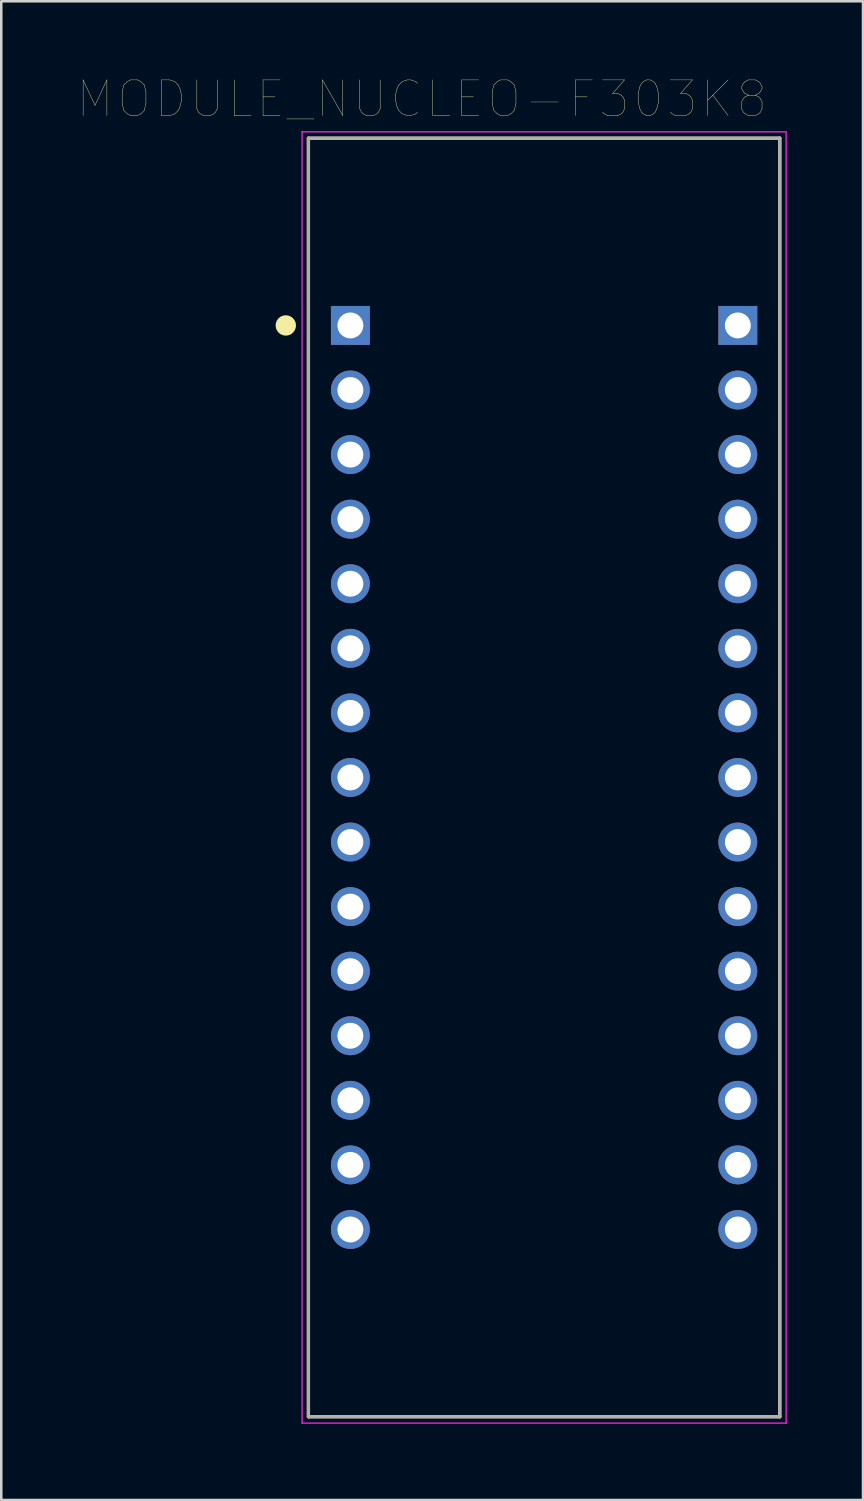
<source format=kicad_pcb>
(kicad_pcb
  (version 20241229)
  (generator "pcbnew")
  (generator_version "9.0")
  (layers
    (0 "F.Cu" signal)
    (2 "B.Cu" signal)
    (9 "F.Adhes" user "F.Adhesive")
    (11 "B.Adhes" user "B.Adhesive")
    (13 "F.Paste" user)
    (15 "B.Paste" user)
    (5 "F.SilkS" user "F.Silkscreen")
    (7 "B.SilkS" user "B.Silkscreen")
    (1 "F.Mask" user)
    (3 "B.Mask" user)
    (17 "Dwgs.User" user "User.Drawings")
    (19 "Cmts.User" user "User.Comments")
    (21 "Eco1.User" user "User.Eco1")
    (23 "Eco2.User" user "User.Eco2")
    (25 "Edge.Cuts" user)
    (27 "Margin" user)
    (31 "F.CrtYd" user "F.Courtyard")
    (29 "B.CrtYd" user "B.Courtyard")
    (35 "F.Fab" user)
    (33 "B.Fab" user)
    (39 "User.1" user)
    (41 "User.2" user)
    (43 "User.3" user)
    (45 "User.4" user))
  (footprint "MODULE_NUCLEO-F303K8"
    (layer "F.Cu")
    (at 18.352 27.531)
    (property "Reference" "MODULE_NUCLEO-F303K8" (at -4.813 -26.684 0) (layer "F.SilkS") (effects (font (size 1.402 1.402) (thickness 0.015))))
    (attr through_hole)
    (fp_line (start -9.27 -25.145) (end 9.27 -25.145) (stroke (width 0.127) (type solid)) (layer "F.SilkS"))
    (fp_line (start -9.27 25.145) (end -9.27 -25.145) (stroke (width 0.127) (type solid)) (layer "F.SilkS"))
    (fp_line (start 9.27 -25.145) (end 9.27 25.145) (stroke (width 0.127) (type solid)) (layer "F.SilkS"))
    (fp_line (start 9.27 25.145) (end -9.27 25.145) (stroke (width 0.127) (type solid)) (layer "F.SilkS"))
    (fp_circle (center -10.16 -17.78) (end -9.96 -17.78) (stroke (width 0.4) (type solid)) (fill no) (layer "F.SilkS"))
    (fp_line (start -9.52 -25.395) (end 9.52 -25.395) (stroke (width 0.05) (type solid)) (layer "F.CrtYd"))
    (fp_line (start -9.52 25.395) (end -9.52 -25.395) (stroke (width 0.05) (type solid)) (layer "F.CrtYd"))
    (fp_line (start 9.52 -25.395) (end 9.52 25.395) (stroke (width 0.05) (type solid)) (layer "F.CrtYd"))
    (fp_line (start 9.52 25.395) (end -9.52 25.395) (stroke (width 0.05) (type solid)) (layer "F.CrtYd"))
    (fp_line (start -9.27 -25.145) (end 9.27 -25.145) (stroke (width 0.127) (type solid)) (layer "F.Fab"))
    (fp_line (start -9.27 25.145) (end -9.27 -25.145) (stroke (width 0.127) (type solid)) (layer "F.Fab"))
    (fp_line (start 9.27 -25.145) (end 9.27 25.145) (stroke (width 0.127) (type solid)) (layer "F.Fab"))
    (fp_line (start 9.27 25.145) (end -9.27 25.145) (stroke (width 0.127) (type solid)) (layer "F.Fab"))
    (pad "1.1" thru_hole rect (at -7.62 -17.78) (size 1.53 1.53) (drill 1.02) (layers "*.Cu" "*.Mask"))
    (pad "1.2" thru_hole circle (at -7.62 -15.24) (size 1.53 1.53) (drill 1.02) (layers "*.Cu" "*.Mask"))
    (pad "1.3" thru_hole circle (at -7.62 -12.7) (size 1.53 1.53) (drill 1.02) (layers "*.Cu" "*.Mask"))
    (pad "1.4" thru_hole circle (at -7.62 -10.16) (size 1.53 1.53) (drill 1.02) (layers "*.Cu" "*.Mask"))
    (pad "1.5" thru_hole circle (at -7.62 -7.62) (size 1.53 1.53) (drill 1.02) (layers "*.Cu" "*.Mask"))
    (pad "1.6" thru_hole circle (at -7.62 -5.08) (size 1.53 1.53) (drill 1.02) (layers "*.Cu" "*.Mask"))
    (pad "1.7" thru_hole circle (at -7.62 -2.54) (size 1.53 1.53) (drill 1.02) (layers "*.Cu" "*.Mask"))
    (pad "1.8" thru_hole circle (at -7.62 0) (size 1.53 1.53) (drill 1.02) (layers "*.Cu" "*.Mask"))
    (pad "1.9" thru_hole circle (at -7.62 2.54) (size 1.53 1.53) (drill 1.02) (layers "*.Cu" "*.Mask"))
    (pad "1.10" thru_hole circle (at -7.62 5.08) (size 1.53 1.53) (drill 1.02) (layers "*.Cu" "*.Mask"))
    (pad "1.11" thru_hole circle (at -7.62 7.62) (size 1.53 1.53) (drill 1.02) (layers "*.Cu" "*.Mask"))
    (pad "1.12" thru_hole circle (at -7.62 10.16) (size 1.53 1.53) (drill 1.02) (layers "*.Cu" "*.Mask"))
    (pad "1.13" thru_hole circle (at -7.62 12.7) (size 1.53 1.53) (drill 1.02) (layers "*.Cu" "*.Mask"))
    (pad "1.14" thru_hole circle (at -7.62 15.24) (size 1.53 1.53) (drill 1.02) (layers "*.Cu" "*.Mask"))
    (pad "1.15" thru_hole circle (at -7.62 17.78) (size 1.53 1.53) (drill 1.02) (layers "*.Cu" "*.Mask"))
    (pad "2.1" thru_hole rect (at 7.62 -17.78) (size 1.53 1.53) (drill 1.02) (layers "*.Cu" "*.Mask"))
    (pad "2.2" thru_hole circle (at 7.62 -15.24) (size 1.53 1.53) (drill 1.02) (layers "*.Cu" "*.Mask"))
    (pad "2.3" thru_hole circle (at 7.62 -12.7) (size 1.53 1.53) (drill 1.02) (layers "*.Cu" "*.Mask"))
    (pad "2.4" thru_hole circle (at 7.62 -10.16) (size 1.53 1.53) (drill 1.02) (layers "*.Cu" "*.Mask"))
    (pad "2.5" thru_hole circle (at 7.62 -7.62) (size 1.53 1.53) (drill 1.02) (layers "*.Cu" "*.Mask"))
    (pad "2.6" thru_hole circle (at 7.62 -5.08) (size 1.53 1.53) (drill 1.02) (layers "*.Cu" "*.Mask"))
    (pad "2.7" thru_hole circle (at 7.62 -2.54) (size 1.53 1.53) (drill 1.02) (layers "*.Cu" "*.Mask"))
    (pad "2.8" thru_hole circle (at 7.62 0) (size 1.53 1.53) (drill 1.02) (layers "*.Cu" "*.Mask"))
    (pad "2.9" thru_hole circle (at 7.62 2.54) (size 1.53 1.53) (drill 1.02) (layers "*.Cu" "*.Mask"))
    (pad "2.10" thru_hole circle (at 7.62 5.08) (size 1.53 1.53) (drill 1.02) (layers "*.Cu" "*.Mask"))
    (pad "2.11" thru_hole circle (at 7.62 7.62) (size 1.53 1.53) (drill 1.02) (layers "*.Cu" "*.Mask"))
    (pad "2.12" thru_hole circle (at 7.62 10.16) (size 1.53 1.53) (drill 1.02) (layers "*.Cu" "*.Mask"))
    (pad "2.13" thru_hole circle (at 7.62 12.7) (size 1.53 1.53) (drill 1.02) (layers "*.Cu" "*.Mask"))
    (pad "2.14" thru_hole circle (at 7.62 15.24) (size 1.53 1.53) (drill 1.02) (layers "*.Cu" "*.Mask"))
    (pad "2.15" thru_hole circle (at 7.62 17.78) (size 1.53 1.53) (drill 1.02) (layers "*.Cu" "*.Mask")))
  (gr_rect
    (start -3 -3)
    (end 30.897 55.951)
    (stroke (width 0.1) (type default))
    (fill no)
    (layer "Edge.Cuts")))
</source>
